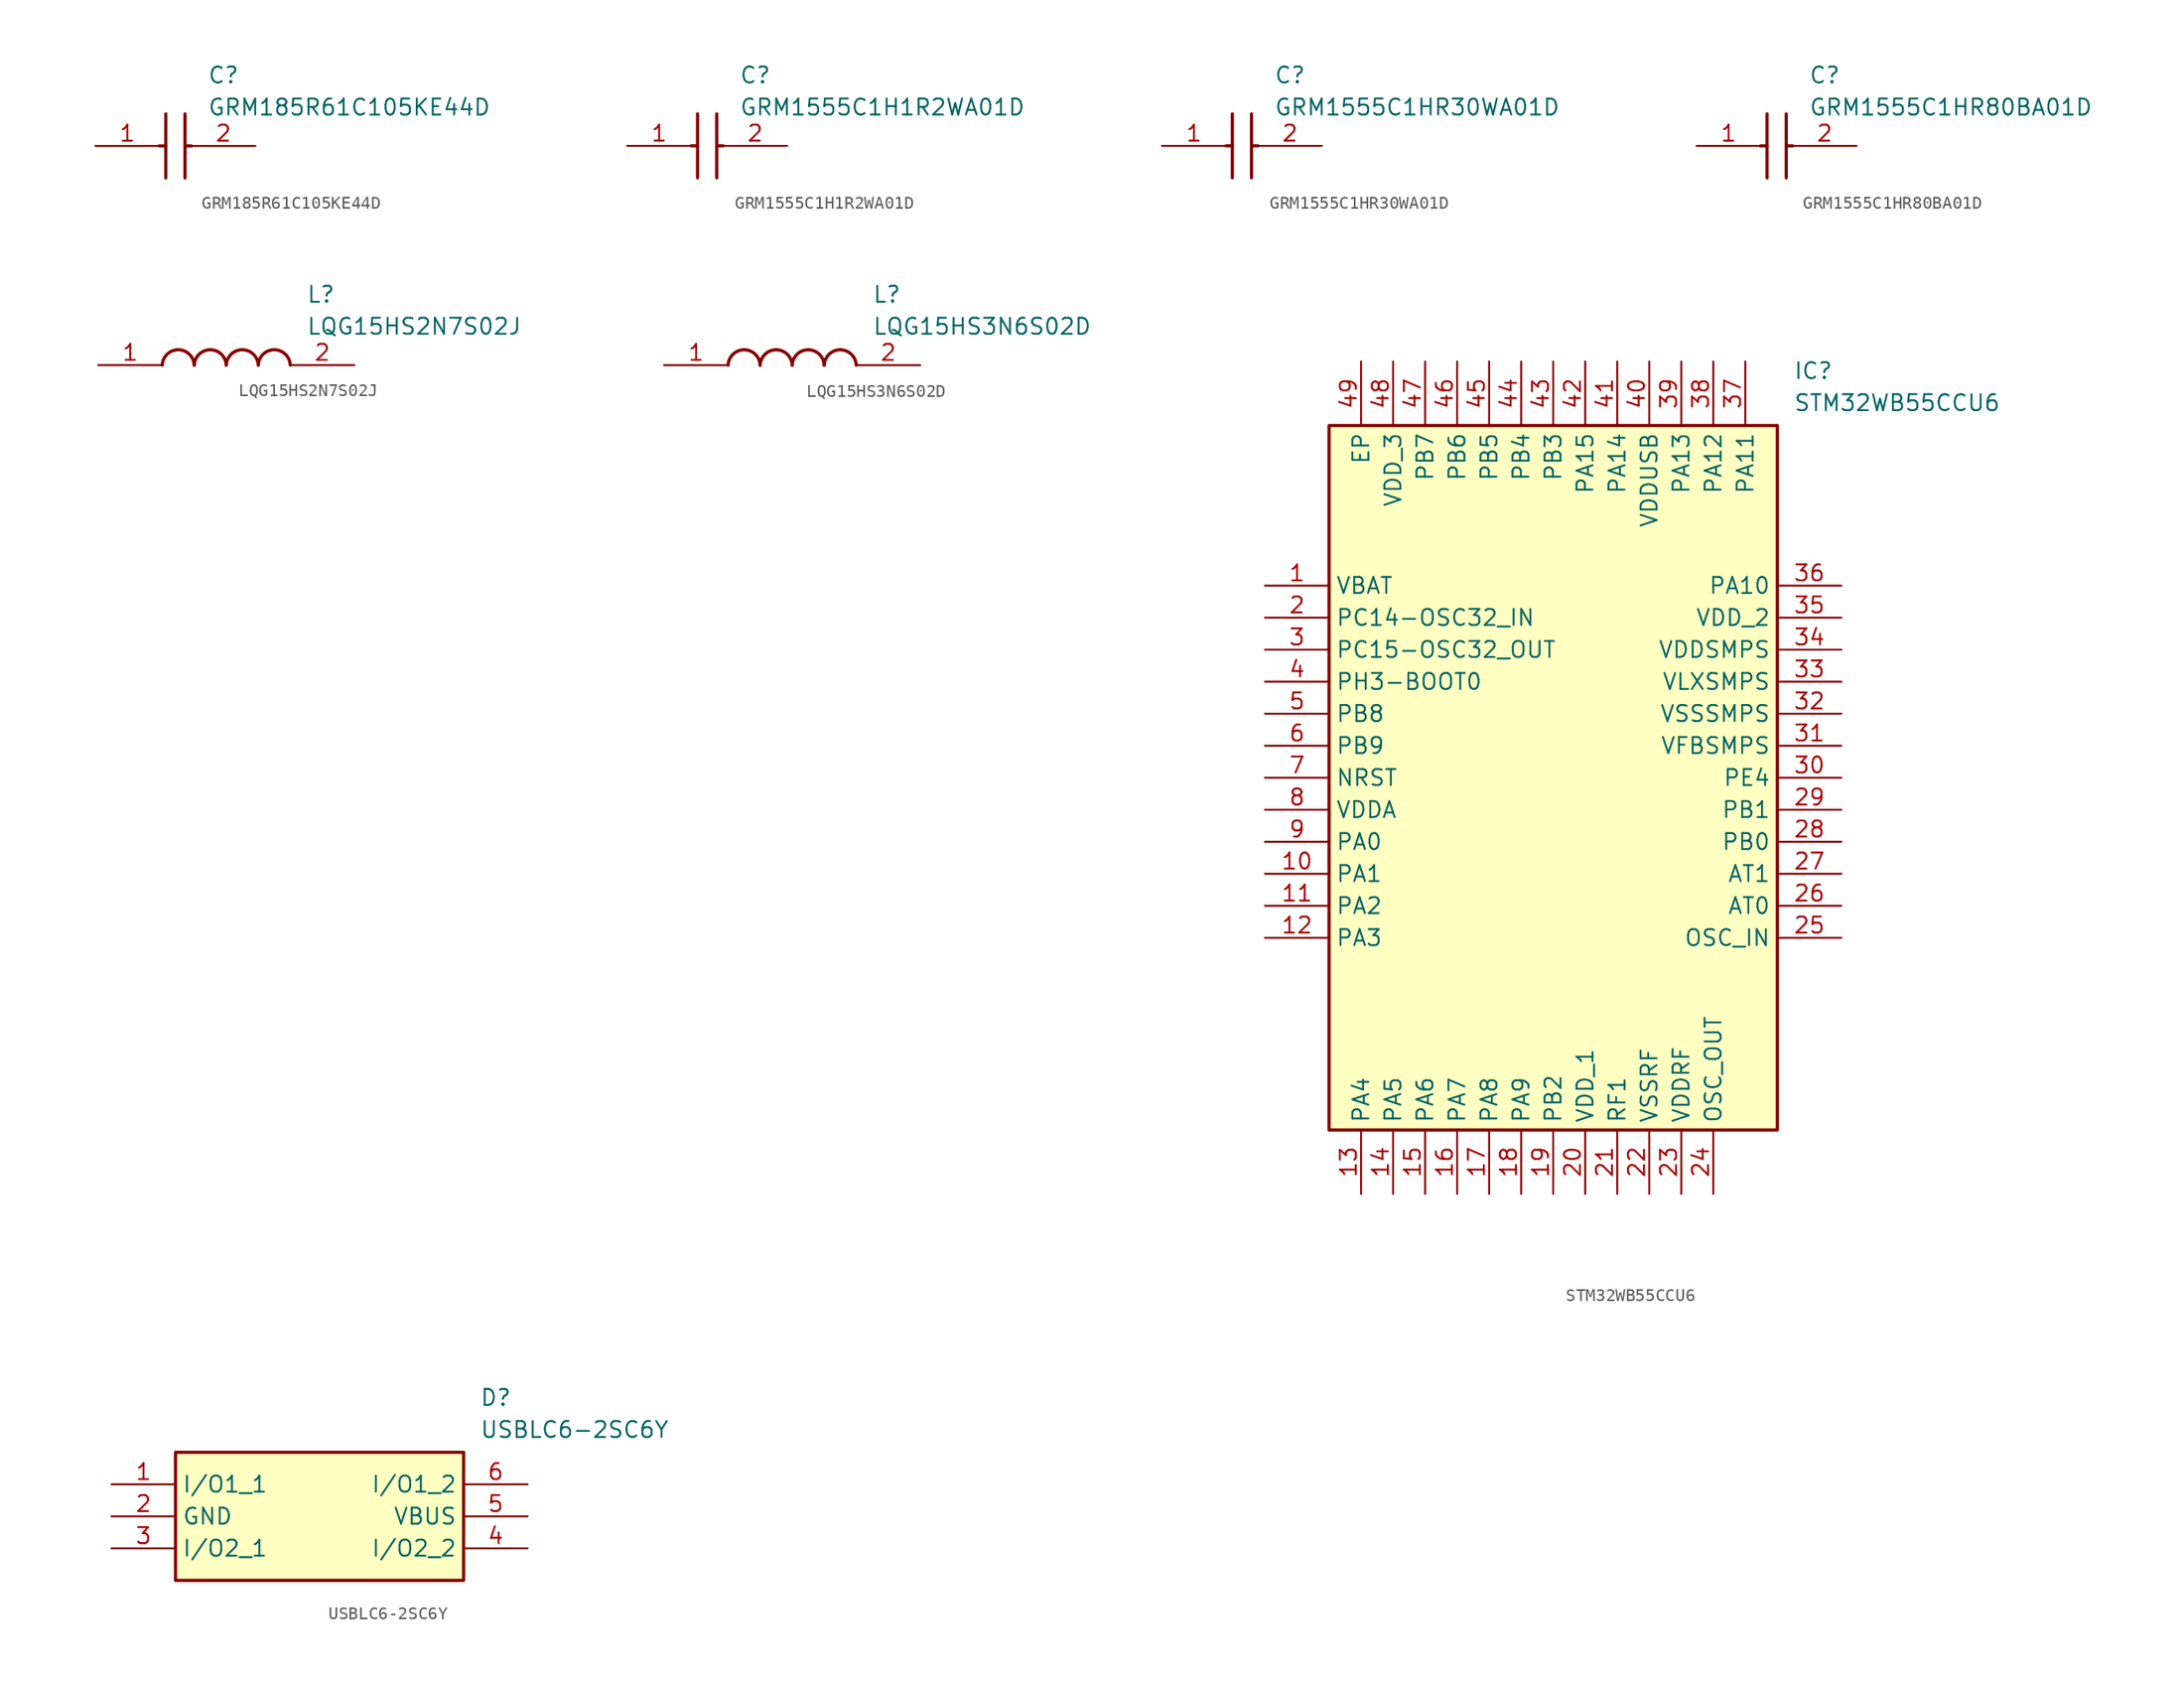
<source format=kicad_sym>
(kicad_symbol_lib
  (version 20220914)
  (generator SamacSys_ECAD_Model)
  (symbol "GRM185R61C105KE44D"
    (pin_names hide)
    (property "Reference" "C"
      (at 8.89 6.35 0)
      (effects (font (size 1.27 1.27)) (justify left top)))
    (property "Value" "GRM185R61C105KE44D"
      (at 8.89 3.81 0)
      (effects (font (size 1.27 1.27)) (justify left top)))
    (polyline
      (pts (xy 5.588 2.54) (xy 5.588 -2.54))
      (stroke (width 0.254) (type default))
      (fill (type none)))
    (polyline
      (pts (xy 7.112 2.54) (xy 7.112 -2.54))
      (stroke (width 0.254) (type default))
      (fill (type none)))
    (polyline
      (pts (xy 5.08 0) (xy 5.588 0))
      (stroke (width 0.254) (type default))
      (fill (type none)))
    (polyline
      (pts (xy 7.112 0) (xy 7.62 0))
      (stroke (width 0.254) (type default))
      (fill (type none)))
    (pin passive line
      (at 0 0 0)
      (length 5.08)
      (name "1" (effects (font (size 1.27 1.27))))
      (number "1" (effects (font (size 1.27 1.27)))))
    (pin passive line
      (at 12.7 0 180)
      (length 5.08)
      (name "2" (effects (font (size 1.27 1.27))))
      (number "2" (effects (font (size 1.27 1.27))))))
  (symbol "GRM1555C1H1R2WA01D"
    (pin_names hide)
    (property "Reference" "C"
      (at 8.89 6.35 0)
      (effects (font (size 1.27 1.27)) (justify left top)))
    (property "Value" "GRM1555C1H1R2WA01D"
      (at 8.89 3.81 0)
      (effects (font (size 1.27 1.27)) (justify left top)))
    (polyline
      (pts (xy 5.588 2.54) (xy 5.588 -2.54))
      (stroke (width 0.254) (type default))
      (fill (type none)))
    (polyline
      (pts (xy 7.112 2.54) (xy 7.112 -2.54))
      (stroke (width 0.254) (type default))
      (fill (type none)))
    (polyline
      (pts (xy 5.08 0) (xy 5.588 0))
      (stroke (width 0.254) (type default))
      (fill (type none)))
    (polyline
      (pts (xy 7.112 0) (xy 7.62 0))
      (stroke (width 0.254) (type default))
      (fill (type none)))
    (pin passive line
      (at 0 0 0)
      (length 5.08)
      (name "1" (effects (font (size 1.27 1.27))))
      (number "1" (effects (font (size 1.27 1.27)))))
    (pin passive line
      (at 12.7 0 180)
      (length 5.08)
      (name "2" (effects (font (size 1.27 1.27))))
      (number "2" (effects (font (size 1.27 1.27))))))
  (symbol "GRM1555C1HR30WA01D"
    (pin_names hide)
    (property "Reference" "C"
      (at 8.89 6.35 0)
      (effects (font (size 1.27 1.27)) (justify left top)))
    (property "Value" "GRM1555C1HR30WA01D"
      (at 8.89 3.81 0)
      (effects (font (size 1.27 1.27)) (justify left top)))
    (polyline
      (pts (xy 5.588 2.54) (xy 5.588 -2.54))
      (stroke (width 0.254) (type default))
      (fill (type none)))
    (polyline
      (pts (xy 7.112 2.54) (xy 7.112 -2.54))
      (stroke (width 0.254) (type default))
      (fill (type none)))
    (polyline
      (pts (xy 5.08 0) (xy 5.588 0))
      (stroke (width 0.254) (type default))
      (fill (type none)))
    (polyline
      (pts (xy 7.112 0) (xy 7.62 0))
      (stroke (width 0.254) (type default))
      (fill (type none)))
    (pin passive line
      (at 0 0 0)
      (length 5.08)
      (name "1" (effects (font (size 1.27 1.27))))
      (number "1" (effects (font (size 1.27 1.27)))))
    (pin passive line
      (at 12.7 0 180)
      (length 5.08)
      (name "2" (effects (font (size 1.27 1.27))))
      (number "2" (effects (font (size 1.27 1.27))))))
  (symbol "GRM1555C1HR80BA01D"
    (pin_names hide)
    (property "Reference" "C"
      (at 8.89 6.35 0)
      (effects (font (size 1.27 1.27)) (justify left top)))
    (property "Value" "GRM1555C1HR80BA01D"
      (at 8.89 3.81 0)
      (effects (font (size 1.27 1.27)) (justify left top)))
    (polyline
      (pts (xy 5.588 2.54) (xy 5.588 -2.54))
      (stroke (width 0.254) (type default))
      (fill (type none)))
    (polyline
      (pts (xy 7.112 2.54) (xy 7.112 -2.54))
      (stroke (width 0.254) (type default))
      (fill (type none)))
    (polyline
      (pts (xy 5.08 0) (xy 5.588 0))
      (stroke (width 0.254) (type default))
      (fill (type none)))
    (polyline
      (pts (xy 7.112 0) (xy 7.62 0))
      (stroke (width 0.254) (type default))
      (fill (type none)))
    (pin passive line
      (at 0 0 0)
      (length 5.08)
      (name "1" (effects (font (size 1.27 1.27))))
      (number "1" (effects (font (size 1.27 1.27)))))
    (pin passive line
      (at 12.7 0 180)
      (length 5.08)
      (name "2" (effects (font (size 1.27 1.27))))
      (number "2" (effects (font (size 1.27 1.27))))))
  (symbol "LQG15HS2N7S02J"
    (pin_names hide)
    (property "Reference" "L"
      (at 16.51 6.35 0)
      (effects (font (size 1.27 1.27)) (justify left top)))
    (property "Value" "LQG15HS2N7S02J"
      (at 16.51 3.81 0)
      (effects (font (size 1.27 1.27)) (justify left top)))
    (arc
      (start 7.62 0)
      (mid 6.35 1.219)
      (end 5.08 0)
      (stroke (width 0.254) (type default))
      (fill (type none)))
    (arc
      (start 10.16 0)
      (mid 8.89 1.219)
      (end 7.62 0)
      (stroke (width 0.254) (type default))
      (fill (type none)))
    (arc
      (start 12.7 0)
      (mid 11.43 1.219)
      (end 10.16 0)
      (stroke (width 0.254) (type default))
      (fill (type none)))
    (arc
      (start 15.24 0)
      (mid 13.97 1.219)
      (end 12.7 0)
      (stroke (width 0.254) (type default))
      (fill (type none)))
    (pin passive line
      (at 0 0 0)
      (length 5.08)
      (name "1" (effects (font (size 1.27 1.27))))
      (number "1" (effects (font (size 1.27 1.27)))))
    (pin passive line
      (at 20.32 0 180)
      (length 5.08)
      (name "2" (effects (font (size 1.27 1.27))))
      (number "2" (effects (font (size 1.27 1.27))))))
  (symbol "LQG15HS3N6S02D"
    (pin_names hide)
    (property "Reference" "L"
      (at 16.51 6.35 0)
      (effects (font (size 1.27 1.27)) (justify left top)))
    (property "Value" "LQG15HS3N6S02D"
      (at 16.51 3.81 0)
      (effects (font (size 1.27 1.27)) (justify left top)))
    (arc
      (start 7.62 0)
      (mid 6.35 1.219)
      (end 5.08 0)
      (stroke (width 0.254) (type default))
      (fill (type none)))
    (arc
      (start 10.16 0)
      (mid 8.89 1.219)
      (end 7.62 0)
      (stroke (width 0.254) (type default))
      (fill (type none)))
    (arc
      (start 12.7 0)
      (mid 11.43 1.219)
      (end 10.16 0)
      (stroke (width 0.254) (type default))
      (fill (type none)))
    (arc
      (start 15.24 0)
      (mid 13.97 1.219)
      (end 12.7 0)
      (stroke (width 0.254) (type default))
      (fill (type none)))
    (pin passive line
      (at 0 0 0)
      (length 5.08)
      (name "1" (effects (font (size 1.27 1.27))))
      (number "1" (effects (font (size 1.27 1.27)))))
    (pin passive line
      (at 20.32 0 180)
      (length 5.08)
      (name "2" (effects (font (size 1.27 1.27))))
      (number "2" (effects (font (size 1.27 1.27))))))
  (symbol "STM32WB55CCU6"
    (property "Reference" "IC"
      (at 41.91 17.78 0)
      (effects (font (size 1.27 1.27)) (justify left top)))
    (property "Value" "STM32WB55CCU6"
      (at 41.91 15.24 0)
      (effects (font (size 1.27 1.27)) (justify left top)))
    (rectangle
      (start 5.08 12.7)
      (end 40.64 -43.18)
      (stroke (width 0.254) (type default))
      (fill (type background)))
    (pin passive line
      (at 0 0 0)
      (length 5.08)
      (name "VBAT" (effects (font (size 1.27 1.27))))
      (number "1" (effects (font (size 1.27 1.27)))))
    (pin passive line
      (at 0 -2.54 0)
      (length 5.08)
      (name "PC14-OSC32_IN" (effects (font (size 1.27 1.27))))
      (number "2" (effects (font (size 1.27 1.27)))))
    (pin passive line
      (at 0 -5.08 0)
      (length 5.08)
      (name "PC15-OSC32_OUT" (effects (font (size 1.27 1.27))))
      (number "3" (effects (font (size 1.27 1.27)))))
    (pin passive line
      (at 0 -7.62 0)
      (length 5.08)
      (name "PH3-BOOT0" (effects (font (size 1.27 1.27))))
      (number "4" (effects (font (size 1.27 1.27)))))
    (pin passive line
      (at 0 -10.16 0)
      (length 5.08)
      (name "PB8" (effects (font (size 1.27 1.27))))
      (number "5" (effects (font (size 1.27 1.27)))))
    (pin passive line
      (at 0 -12.7 0)
      (length 5.08)
      (name "PB9" (effects (font (size 1.27 1.27))))
      (number "6" (effects (font (size 1.27 1.27)))))
    (pin passive line
      (at 0 -15.24 0)
      (length 5.08)
      (name "NRST" (effects (font (size 1.27 1.27))))
      (number "7" (effects (font (size 1.27 1.27)))))
    (pin passive line
      (at 0 -17.78 0)
      (length 5.08)
      (name "VDDA" (effects (font (size 1.27 1.27))))
      (number "8" (effects (font (size 1.27 1.27)))))
    (pin passive line
      (at 0 -20.32 0)
      (length 5.08)
      (name "PA0" (effects (font (size 1.27 1.27))))
      (number "9" (effects (font (size 1.27 1.27)))))
    (pin passive line
      (at 0 -22.86 0)
      (length 5.08)
      (name "PA1" (effects (font (size 1.27 1.27))))
      (number "10" (effects (font (size 1.27 1.27)))))
    (pin passive line
      (at 0 -25.4 0)
      (length 5.08)
      (name "PA2" (effects (font (size 1.27 1.27))))
      (number "11" (effects (font (size 1.27 1.27)))))
    (pin passive line
      (at 0 -27.94 0)
      (length 5.08)
      (name "PA3" (effects (font (size 1.27 1.27))))
      (number "12" (effects (font (size 1.27 1.27)))))
    (pin passive line
      (at 7.62 -48.26 90)
      (length 5.08)
      (name "PA4" (effects (font (size 1.27 1.27))))
      (number "13" (effects (font (size 1.27 1.27)))))
    (pin passive line
      (at 10.16 -48.26 90)
      (length 5.08)
      (name "PA5" (effects (font (size 1.27 1.27))))
      (number "14" (effects (font (size 1.27 1.27)))))
    (pin passive line
      (at 12.7 -48.26 90)
      (length 5.08)
      (name "PA6" (effects (font (size 1.27 1.27))))
      (number "15" (effects (font (size 1.27 1.27)))))
    (pin passive line
      (at 15.24 -48.26 90)
      (length 5.08)
      (name "PA7" (effects (font (size 1.27 1.27))))
      (number "16" (effects (font (size 1.27 1.27)))))
    (pin passive line
      (at 17.78 -48.26 90)
      (length 5.08)
      (name "PA8" (effects (font (size 1.27 1.27))))
      (number "17" (effects (font (size 1.27 1.27)))))
    (pin passive line
      (at 20.32 -48.26 90)
      (length 5.08)
      (name "PA9" (effects (font (size 1.27 1.27))))
      (number "18" (effects (font (size 1.27 1.27)))))
    (pin passive line
      (at 22.86 -48.26 90)
      (length 5.08)
      (name "PB2" (effects (font (size 1.27 1.27))))
      (number "19" (effects (font (size 1.27 1.27)))))
    (pin passive line
      (at 25.4 -48.26 90)
      (length 5.08)
      (name "VDD_1" (effects (font (size 1.27 1.27))))
      (number "20" (effects (font (size 1.27 1.27)))))
    (pin passive line
      (at 27.94 -48.26 90)
      (length 5.08)
      (name "RF1" (effects (font (size 1.27 1.27))))
      (number "21" (effects (font (size 1.27 1.27)))))
    (pin passive line
      (at 30.48 -48.26 90)
      (length 5.08)
      (name "VSSRF" (effects (font (size 1.27 1.27))))
      (number "22" (effects (font (size 1.27 1.27)))))
    (pin passive line
      (at 33.02 -48.26 90)
      (length 5.08)
      (name "VDDRF" (effects (font (size 1.27 1.27))))
      (number "23" (effects (font (size 1.27 1.27)))))
    (pin passive line
      (at 35.56 -48.26 90)
      (length 5.08)
      (name "OSC_OUT" (effects (font (size 1.27 1.27))))
      (number "24" (effects (font (size 1.27 1.27)))))
    (pin passive line
      (at 45.72 0 180)
      (length 5.08)
      (name "PA10" (effects (font (size 1.27 1.27))))
      (number "36" (effects (font (size 1.27 1.27)))))
    (pin passive line
      (at 45.72 -2.54 180)
      (length 5.08)
      (name "VDD_2" (effects (font (size 1.27 1.27))))
      (number "35" (effects (font (size 1.27 1.27)))))
    (pin passive line
      (at 45.72 -5.08 180)
      (length 5.08)
      (name "VDDSMPS" (effects (font (size 1.27 1.27))))
      (number "34" (effects (font (size 1.27 1.27)))))
    (pin passive line
      (at 45.72 -7.62 180)
      (length 5.08)
      (name "VLXSMPS" (effects (font (size 1.27 1.27))))
      (number "33" (effects (font (size 1.27 1.27)))))
    (pin passive line
      (at 45.72 -10.16 180)
      (length 5.08)
      (name "VSSSMPS" (effects (font (size 1.27 1.27))))
      (number "32" (effects (font (size 1.27 1.27)))))
    (pin passive line
      (at 45.72 -12.7 180)
      (length 5.08)
      (name "VFBSMPS" (effects (font (size 1.27 1.27))))
      (number "31" (effects (font (size 1.27 1.27)))))
    (pin passive line
      (at 45.72 -15.24 180)
      (length 5.08)
      (name "PE4" (effects (font (size 1.27 1.27))))
      (number "30" (effects (font (size 1.27 1.27)))))
    (pin passive line
      (at 45.72 -17.78 180)
      (length 5.08)
      (name "PB1" (effects (font (size 1.27 1.27))))
      (number "29" (effects (font (size 1.27 1.27)))))
    (pin passive line
      (at 45.72 -20.32 180)
      (length 5.08)
      (name "PB0" (effects (font (size 1.27 1.27))))
      (number "28" (effects (font (size 1.27 1.27)))))
    (pin passive line
      (at 45.72 -22.86 180)
      (length 5.08)
      (name "AT1" (effects (font (size 1.27 1.27))))
      (number "27" (effects (font (size 1.27 1.27)))))
    (pin passive line
      (at 45.72 -25.4 180)
      (length 5.08)
      (name "AT0" (effects (font (size 1.27 1.27))))
      (number "26" (effects (font (size 1.27 1.27)))))
    (pin passive line
      (at 45.72 -27.94 180)
      (length 5.08)
      (name "OSC_IN" (effects (font (size 1.27 1.27))))
      (number "25" (effects (font (size 1.27 1.27)))))
    (pin passive line
      (at 7.62 17.78 270)
      (length 5.08)
      (name "EP" (effects (font (size 1.27 1.27))))
      (number "49" (effects (font (size 1.27 1.27)))))
    (pin passive line
      (at 10.16 17.78 270)
      (length 5.08)
      (name "VDD_3" (effects (font (size 1.27 1.27))))
      (number "48" (effects (font (size 1.27 1.27)))))
    (pin passive line
      (at 12.7 17.78 270)
      (length 5.08)
      (name "PB7" (effects (font (size 1.27 1.27))))
      (number "47" (effects (font (size 1.27 1.27)))))
    (pin passive line
      (at 15.24 17.78 270)
      (length 5.08)
      (name "PB6" (effects (font (size 1.27 1.27))))
      (number "46" (effects (font (size 1.27 1.27)))))
    (pin passive line
      (at 17.78 17.78 270)
      (length 5.08)
      (name "PB5" (effects (font (size 1.27 1.27))))
      (number "45" (effects (font (size 1.27 1.27)))))
    (pin passive line
      (at 20.32 17.78 270)
      (length 5.08)
      (name "PB4" (effects (font (size 1.27 1.27))))
      (number "44" (effects (font (size 1.27 1.27)))))
    (pin passive line
      (at 22.86 17.78 270)
      (length 5.08)
      (name "PB3" (effects (font (size 1.27 1.27))))
      (number "43" (effects (font (size 1.27 1.27)))))
    (pin passive line
      (at 25.4 17.78 270)
      (length 5.08)
      (name "PA15" (effects (font (size 1.27 1.27))))
      (number "42" (effects (font (size 1.27 1.27)))))
    (pin passive line
      (at 27.94 17.78 270)
      (length 5.08)
      (name "PA14" (effects (font (size 1.27 1.27))))
      (number "41" (effects (font (size 1.27 1.27)))))
    (pin passive line
      (at 30.48 17.78 270)
      (length 5.08)
      (name "VDDUSB" (effects (font (size 1.27 1.27))))
      (number "40" (effects (font (size 1.27 1.27)))))
    (pin passive line
      (at 33.02 17.78 270)
      (length 5.08)
      (name "PA13" (effects (font (size 1.27 1.27))))
      (number "39" (effects (font (size 1.27 1.27)))))
    (pin passive line
      (at 35.56 17.78 270)
      (length 5.08)
      (name "PA12" (effects (font (size 1.27 1.27))))
      (number "38" (effects (font (size 1.27 1.27)))))
    (pin passive line
      (at 38.1 17.78 270)
      (length 5.08)
      (name "PA11" (effects (font (size 1.27 1.27))))
      (number "37" (effects (font (size 1.27 1.27))))))
  (symbol "USBLC6-2SC6Y"
    (property "Reference" "D"
      (at 29.21 7.62 0)
      (effects (font (size 1.27 1.27)) (justify left top)))
    (property "Value" "USBLC6-2SC6Y"
      (at 29.21 5.08 0)
      (effects (font (size 1.27 1.27)) (justify left top)))
    (rectangle
      (start 5.08 2.54)
      (end 27.94 -7.62)
      (stroke (width 0.254) (type default))
      (fill (type background)))
    (pin passive line
      (at 0 0 0)
      (length 5.08)
      (name "I/O1_1" (effects (font (size 1.27 1.27))))
      (number "1" (effects (font (size 1.27 1.27)))))
    (pin passive line
      (at 0 -2.54 0)
      (length 5.08)
      (name "GND" (effects (font (size 1.27 1.27))))
      (number "2" (effects (font (size 1.27 1.27)))))
    (pin passive line
      (at 0 -5.08 0)
      (length 5.08)
      (name "I/O2_1" (effects (font (size 1.27 1.27))))
      (number "3" (effects (font (size 1.27 1.27)))))
    (pin passive line
      (at 33.02 0 180)
      (length 5.08)
      (name "I/O1_2" (effects (font (size 1.27 1.27))))
      (number "6" (effects (font (size 1.27 1.27)))))
    (pin passive line
      (at 33.02 -2.54 180)
      (length 5.08)
      (name "VBUS" (effects (font (size 1.27 1.27))))
      (number "5" (effects (font (size 1.27 1.27)))))
    (pin passive line
      (at 33.02 -5.08 180)
      (length 5.08)
      (name "I/O2_2" (effects (font (size 1.27 1.27))))
      (number "4" (effects (font (size 1.27 1.27)))))))
</source>
